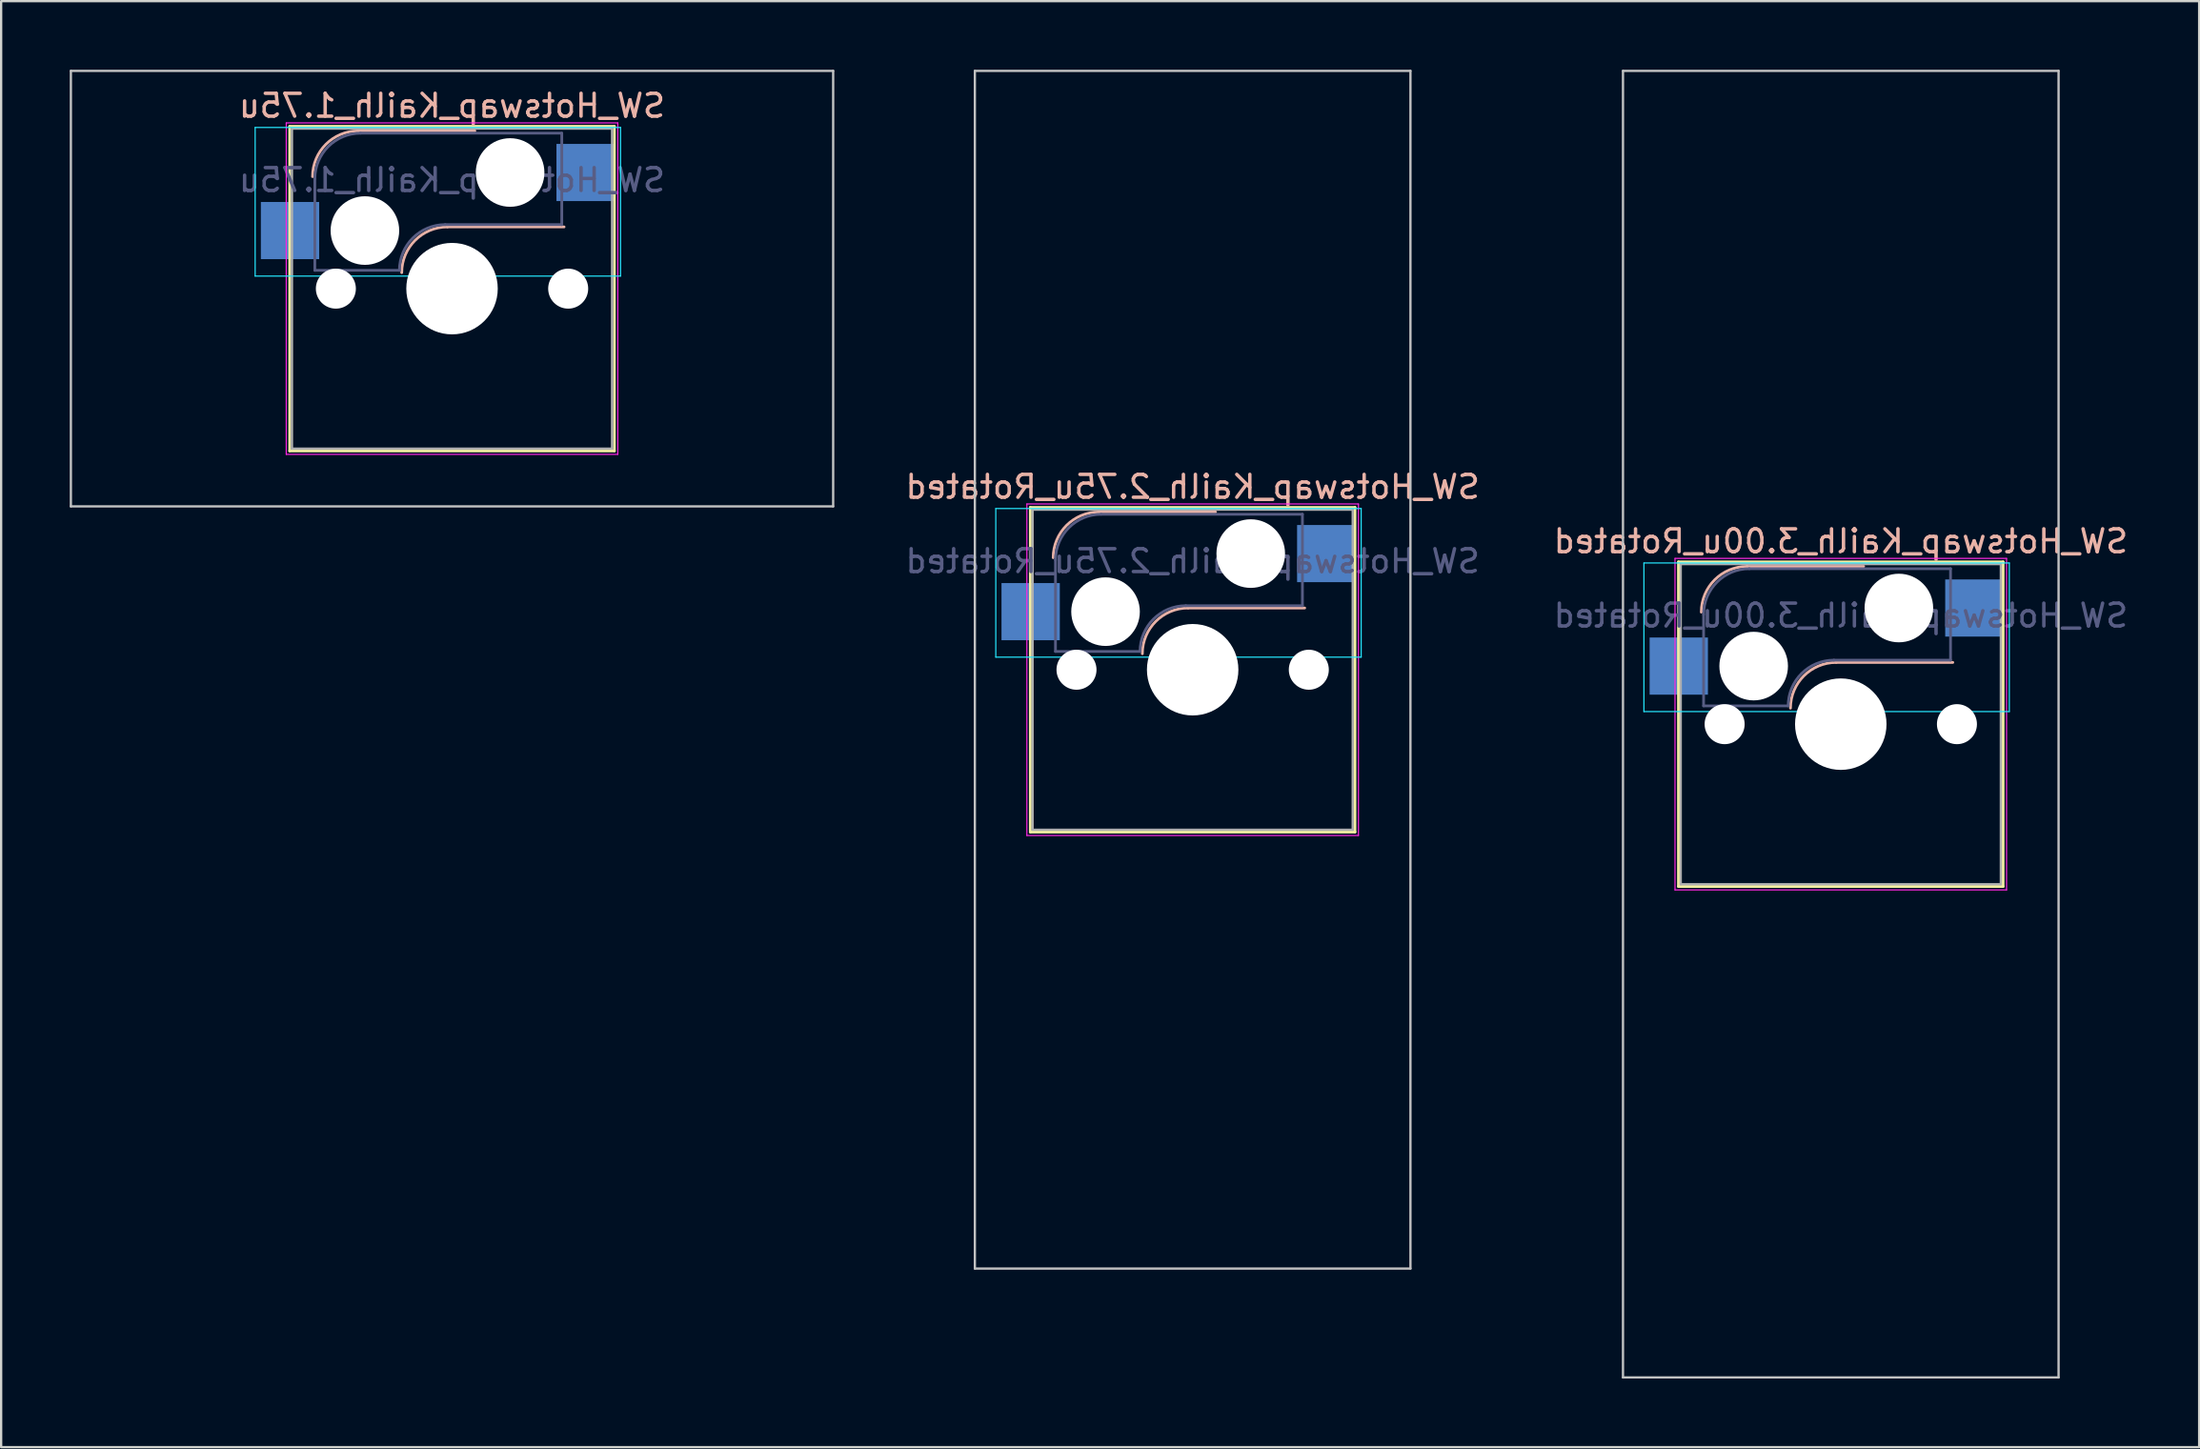
<source format=kicad_pcb>
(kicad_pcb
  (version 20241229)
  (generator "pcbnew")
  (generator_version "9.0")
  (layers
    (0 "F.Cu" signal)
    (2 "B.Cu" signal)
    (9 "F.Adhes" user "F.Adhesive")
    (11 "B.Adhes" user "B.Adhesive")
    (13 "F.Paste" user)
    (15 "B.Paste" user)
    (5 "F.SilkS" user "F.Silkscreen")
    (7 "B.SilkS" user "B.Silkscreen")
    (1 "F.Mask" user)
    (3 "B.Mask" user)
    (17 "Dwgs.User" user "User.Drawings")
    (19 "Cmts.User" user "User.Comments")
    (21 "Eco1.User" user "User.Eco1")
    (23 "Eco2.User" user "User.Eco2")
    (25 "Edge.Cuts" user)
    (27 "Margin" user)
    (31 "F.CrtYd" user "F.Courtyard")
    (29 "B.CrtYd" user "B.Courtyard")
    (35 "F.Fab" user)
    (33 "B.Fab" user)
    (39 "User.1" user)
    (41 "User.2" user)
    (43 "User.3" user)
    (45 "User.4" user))
  (footprint "SW_Hotswap_Kailh_1.75u"
    (layer "F.Cu")
    (at 16.719 9.575)
    (property "Reference" "SW_Hotswap_Kailh_1.75u" (at 0 -8 0) (layer "B.SilkS") (effects (font (size 1 1) (thickness 0.15)) (justify mirror)))
    (attr smd)
    (fp_line (start -7.1 -7.1) (end -7.1 7.1) (stroke (width 0.12) (type solid)) (layer "F.SilkS"))
    (fp_line (start -7.1 7.1) (end 7.1 7.1) (stroke (width 0.12) (type solid)) (layer "F.SilkS"))
    (fp_line (start 7.1 -7.1) (end -7.1 -7.1) (stroke (width 0.12) (type solid)) (layer "F.SilkS"))
    (fp_line (start 7.1 7.1) (end 7.1 -7.1) (stroke (width 0.12) (type solid)) (layer "F.SilkS"))
    (fp_line (start -4.1 -6.9) (end 1 -6.9) (stroke (width 0.12) (type solid)) (layer "B.SilkS"))
    (fp_line (start -0.2 -2.7) (end 4.9 -2.7) (stroke (width 0.12) (type solid)) (layer "B.SilkS"))
    (fp_arc (start -6.1 -4.9) (mid -5.514214 -6.314214) (end -4.1 -6.9) (stroke (width 0.12) (type solid)) (layer "B.SilkS"))
    (fp_arc (start -2.2 -0.7) (mid -1.614214 -2.114214) (end -0.2 -2.7) (stroke (width 0.12) (type solid)) (layer "B.SilkS"))
    (fp_line (start -16.669 -9.525) (end -16.669 9.525) (stroke (width 0.1) (type solid)) (layer "Dwgs.User"))
    (fp_line (start -16.669 9.525) (end 16.669 9.525) (stroke (width 0.1) (type solid)) (layer "Dwgs.User"))
    (fp_line (start 16.669 -9.525) (end -16.669 -9.525) (stroke (width 0.1) (type solid)) (layer "Dwgs.User"))
    (fp_line (start 16.669 9.525) (end 16.669 -9.525) (stroke (width 0.1) (type solid)) (layer "Dwgs.User"))
    (fp_line (start -8.61 -7.05) (end -8.61 -0.55) (stroke (width 0.05) (type solid)) (layer "B.CrtYd"))
    (fp_line (start -8.61 -0.55) (end 7.37 -0.55) (stroke (width 0.05) (type solid)) (layer "B.CrtYd"))
    (fp_line (start 7.37 -7.05) (end -8.61 -7.05) (stroke (width 0.05) (type solid)) (layer "B.CrtYd"))
    (fp_line (start 7.37 -0.55) (end 7.37 -7.05) (stroke (width 0.05) (type solid)) (layer "B.CrtYd"))
    (fp_line (start -7.25 -7.25) (end -7.25 7.25) (stroke (width 0.05) (type solid)) (layer "F.CrtYd"))
    (fp_line (start -7.25 7.25) (end 7.25 7.25) (stroke (width 0.05) (type solid)) (layer "F.CrtYd"))
    (fp_line (start 7.25 -7.25) (end -7.25 -7.25) (stroke (width 0.05) (type solid)) (layer "F.CrtYd"))
    (fp_line (start 7.25 7.25) (end 7.25 -7.25) (stroke (width 0.05) (type solid)) (layer "F.CrtYd"))
    (fp_line (start -6 -0.8) (end -6 -4.8) (stroke (width 0.12) (type solid)) (layer "B.Fab"))
    (fp_line (start -6 -0.8) (end -2.3 -0.8) (stroke (width 0.12) (type solid)) (layer "B.Fab"))
    (fp_line (start -4 -6.8) (end 4.8 -6.8) (stroke (width 0.12) (type solid)) (layer "B.Fab"))
    (fp_line (start -0.3 -2.8) (end 4.8 -2.8) (stroke (width 0.12) (type solid)) (layer "B.Fab"))
    (fp_line (start 4.8 -6.8) (end 4.8 -2.8) (stroke (width 0.12) (type solid)) (layer "B.Fab"))
    (fp_arc (start -6 -4.8) (mid -5.414214 -6.214214) (end -4 -6.8) (stroke (width 0.12) (type solid)) (layer "B.Fab"))
    (fp_arc (start -2.3 -0.8) (mid -1.714214 -2.214214) (end -0.3 -2.8) (stroke (width 0.12) (type solid)) (layer "B.Fab"))
    (fp_line (start -7 -7) (end -7 7) (stroke (width 0.1) (type solid)) (layer "F.Fab"))
    (fp_line (start -7 7) (end 7 7) (stroke (width 0.1) (type solid)) (layer "F.Fab"))
    (fp_line (start 7 -7) (end -7 -7) (stroke (width 0.1) (type solid)) (layer "F.Fab"))
    (fp_line (start 7 7) (end 7 -7) (stroke (width 0.1) (type solid)) (layer "F.Fab"))
    (fp_text user "${REFERENCE}" (at 0 -4.75 0) (layer "B.Fab") (effects (font (size 1 1) (thickness 0.15)) (justify mirror)))
    (pad "" np_thru_hole circle (at -5.08 0) (size 1.75 1.75) (drill 1.75) (layers "*.Cu" "*.Mask"))
    (pad "" np_thru_hole circle (at -3.81 -2.54) (size 3 3) (drill 3) (layers "*.Cu" "*.Mask"))
    (pad "" np_thru_hole circle (at 0 0) (size 4 4) (drill 4) (layers "*.Cu" "*.Mask"))
    (pad "" np_thru_hole circle (at 2.54 -5.08) (size 3 3) (drill 3) (layers "*.Cu" "*.Mask"))
    (pad "" np_thru_hole circle (at 5.08 0) (size 1.75 1.75) (drill 1.75) (layers "*.Cu" "*.Mask"))
    (pad "1" smd rect (at -7.085 -2.54) (size 2.55 2.5) (layers "B.Cu" "B.Mask" "B.Paste"))
    (pad "2" smd rect (at 5.842 -5.08) (size 2.55 2.5) (layers "B.Cu" "B.Mask" "B.Paste")))
  (footprint "SW_Hotswap_Kailh_3.00u_Rotated"
    (layer "F.Cu")
    (at 77.455 28.625)
    (property "Reference" "SW_Hotswap_Kailh_3.00u_Rotated" (at 0 -8 0) (layer "B.SilkS") (effects (font (size 1 1) (thickness 0.15)) (justify mirror)))
    (attr smd)
    (fp_line (start -7.1 -7.1) (end -7.1 7.1) (stroke (width 0.12) (type solid)) (layer "F.SilkS"))
    (fp_line (start -7.1 7.1) (end 7.1 7.1) (stroke (width 0.12) (type solid)) (layer "F.SilkS"))
    (fp_line (start 7.1 -7.1) (end -7.1 -7.1) (stroke (width 0.12) (type solid)) (layer "F.SilkS"))
    (fp_line (start 7.1 7.1) (end 7.1 -7.1) (stroke (width 0.12) (type solid)) (layer "F.SilkS"))
    (fp_line (start -4.1 -6.9) (end 1 -6.9) (stroke (width 0.12) (type solid)) (layer "B.SilkS"))
    (fp_line (start -0.2 -2.7) (end 4.9 -2.7) (stroke (width 0.12) (type solid)) (layer "B.SilkS"))
    (fp_arc (start -6.1 -4.9) (mid -5.514214 -6.314214) (end -4.1 -6.9) (stroke (width 0.12) (type solid)) (layer "B.SilkS"))
    (fp_arc (start -2.2 -0.7) (mid -1.614214 -2.114214) (end -0.2 -2.7) (stroke (width 0.12) (type solid)) (layer "B.SilkS"))
    (fp_line (start -9.525 -28.575) (end -9.525 28.575) (stroke (width 0.1) (type solid)) (layer "Dwgs.User"))
    (fp_line (start -9.525 28.575) (end 9.525 28.575) (stroke (width 0.1) (type solid)) (layer "Dwgs.User"))
    (fp_line (start 9.525 -28.575) (end -9.525 -28.575) (stroke (width 0.1) (type solid)) (layer "Dwgs.User"))
    (fp_line (start 9.525 28.575) (end 9.525 -28.575) (stroke (width 0.1) (type solid)) (layer "Dwgs.User"))
    (fp_line (start -8.61 -7.05) (end -8.61 -0.55) (stroke (width 0.05) (type solid)) (layer "B.CrtYd"))
    (fp_line (start -8.61 -0.55) (end 7.37 -0.55) (stroke (width 0.05) (type solid)) (layer "B.CrtYd"))
    (fp_line (start 7.37 -7.05) (end -8.61 -7.05) (stroke (width 0.05) (type solid)) (layer "B.CrtYd"))
    (fp_line (start 7.37 -0.55) (end 7.37 -7.05) (stroke (width 0.05) (type solid)) (layer "B.CrtYd"))
    (fp_line (start -7.25 -7.25) (end -7.25 7.25) (stroke (width 0.05) (type solid)) (layer "F.CrtYd"))
    (fp_line (start -7.25 7.25) (end 7.25 7.25) (stroke (width 0.05) (type solid)) (layer "F.CrtYd"))
    (fp_line (start 7.25 -7.25) (end -7.25 -7.25) (stroke (width 0.05) (type solid)) (layer "F.CrtYd"))
    (fp_line (start 7.25 7.25) (end 7.25 -7.25) (stroke (width 0.05) (type solid)) (layer "F.CrtYd"))
    (fp_line (start -6 -0.8) (end -6 -4.8) (stroke (width 0.12) (type solid)) (layer "B.Fab"))
    (fp_line (start -6 -0.8) (end -2.3 -0.8) (stroke (width 0.12) (type solid)) (layer "B.Fab"))
    (fp_line (start -4 -6.8) (end 4.8 -6.8) (stroke (width 0.12) (type solid)) (layer "B.Fab"))
    (fp_line (start -0.3 -2.8) (end 4.8 -2.8) (stroke (width 0.12) (type solid)) (layer "B.Fab"))
    (fp_line (start 4.8 -6.8) (end 4.8 -2.8) (stroke (width 0.12) (type solid)) (layer "B.Fab"))
    (fp_arc (start -6 -4.8) (mid -5.414214 -6.214214) (end -4 -6.8) (stroke (width 0.12) (type solid)) (layer "B.Fab"))
    (fp_arc (start -2.3 -0.8) (mid -1.714214 -2.214214) (end -0.3 -2.8) (stroke (width 0.12) (type solid)) (layer "B.Fab"))
    (fp_line (start -7 -7) (end -7 7) (stroke (width 0.1) (type solid)) (layer "F.Fab"))
    (fp_line (start -7 7) (end 7 7) (stroke (width 0.1) (type solid)) (layer "F.Fab"))
    (fp_line (start 7 -7) (end -7 -7) (stroke (width 0.1) (type solid)) (layer "F.Fab"))
    (fp_line (start 7 7) (end 7 -7) (stroke (width 0.1) (type solid)) (layer "F.Fab"))
    (fp_text user "${REFERENCE}" (at 0 -4.75 0) (layer "B.Fab") (effects (font (size 1 1) (thickness 0.15)) (justify mirror)))
    (pad "" np_thru_hole circle (at -5.08 0) (size 1.75 1.75) (drill 1.75) (layers "*.Cu" "*.Mask"))
    (pad "" np_thru_hole circle (at -3.81 -2.54) (size 3 3) (drill 3) (layers "*.Cu" "*.Mask"))
    (pad "" np_thru_hole circle (at 0 0) (size 4 4) (drill 4) (layers "*.Cu" "*.Mask"))
    (pad "" np_thru_hole circle (at 2.54 -5.08) (size 3 3) (drill 3) (layers "*.Cu" "*.Mask"))
    (pad "" np_thru_hole circle (at 5.08 0) (size 1.75 1.75) (drill 1.75) (layers "*.Cu" "*.Mask"))
    (pad "1" smd rect (at -7.085 -2.54) (size 2.55 2.5) (layers "B.Cu" "B.Mask" "B.Paste"))
    (pad "2" smd rect (at 5.842 -5.08) (size 2.55 2.5) (layers "B.Cu" "B.Mask" "B.Paste")))
  (footprint "SW_Hotswap_Kailh_2.75u_Rotated"
    (layer "F.Cu")
    (at 49.11 26.244)
    (property "Reference" "SW_Hotswap_Kailh_2.75u_Rotated" (at 0 -8 0) (layer "B.SilkS") (effects (font (size 1 1) (thickness 0.15)) (justify mirror)))
    (attr smd)
    (fp_line (start -7.1 -7.1) (end -7.1 7.1) (stroke (width 0.12) (type solid)) (layer "F.SilkS"))
    (fp_line (start -7.1 7.1) (end 7.1 7.1) (stroke (width 0.12) (type solid)) (layer "F.SilkS"))
    (fp_line (start 7.1 -7.1) (end -7.1 -7.1) (stroke (width 0.12) (type solid)) (layer "F.SilkS"))
    (fp_line (start 7.1 7.1) (end 7.1 -7.1) (stroke (width 0.12) (type solid)) (layer "F.SilkS"))
    (fp_line (start -4.1 -6.9) (end 1 -6.9) (stroke (width 0.12) (type solid)) (layer "B.SilkS"))
    (fp_line (start -0.2 -2.7) (end 4.9 -2.7) (stroke (width 0.12) (type solid)) (layer "B.SilkS"))
    (fp_arc (start -6.1 -4.9) (mid -5.514214 -6.314214) (end -4.1 -6.9) (stroke (width 0.12) (type solid)) (layer "B.SilkS"))
    (fp_arc (start -2.2 -0.7) (mid -1.614214 -2.114214) (end -0.2 -2.7) (stroke (width 0.12) (type solid)) (layer "B.SilkS"))
    (fp_line (start -9.525 -26.194) (end -9.525 26.194) (stroke (width 0.1) (type solid)) (layer "Dwgs.User"))
    (fp_line (start -9.525 26.194) (end 9.525 26.194) (stroke (width 0.1) (type solid)) (layer "Dwgs.User"))
    (fp_line (start 9.525 -26.194) (end -9.525 -26.194) (stroke (width 0.1) (type solid)) (layer "Dwgs.User"))
    (fp_line (start 9.525 26.194) (end 9.525 -26.194) (stroke (width 0.1) (type solid)) (layer "Dwgs.User"))
    (fp_line (start -8.61 -7.05) (end -8.61 -0.55) (stroke (width 0.05) (type solid)) (layer "B.CrtYd"))
    (fp_line (start -8.61 -0.55) (end 7.37 -0.55) (stroke (width 0.05) (type solid)) (layer "B.CrtYd"))
    (fp_line (start 7.37 -7.05) (end -8.61 -7.05) (stroke (width 0.05) (type solid)) (layer "B.CrtYd"))
    (fp_line (start 7.37 -0.55) (end 7.37 -7.05) (stroke (width 0.05) (type solid)) (layer "B.CrtYd"))
    (fp_line (start -7.25 -7.25) (end -7.25 7.25) (stroke (width 0.05) (type solid)) (layer "F.CrtYd"))
    (fp_line (start -7.25 7.25) (end 7.25 7.25) (stroke (width 0.05) (type solid)) (layer "F.CrtYd"))
    (fp_line (start 7.25 -7.25) (end -7.25 -7.25) (stroke (width 0.05) (type solid)) (layer "F.CrtYd"))
    (fp_line (start 7.25 7.25) (end 7.25 -7.25) (stroke (width 0.05) (type solid)) (layer "F.CrtYd"))
    (fp_line (start -6 -0.8) (end -6 -4.8) (stroke (width 0.12) (type solid)) (layer "B.Fab"))
    (fp_line (start -6 -0.8) (end -2.3 -0.8) (stroke (width 0.12) (type solid)) (layer "B.Fab"))
    (fp_line (start -4 -6.8) (end 4.8 -6.8) (stroke (width 0.12) (type solid)) (layer "B.Fab"))
    (fp_line (start -0.3 -2.8) (end 4.8 -2.8) (stroke (width 0.12) (type solid)) (layer "B.Fab"))
    (fp_line (start 4.8 -6.8) (end 4.8 -2.8) (stroke (width 0.12) (type solid)) (layer "B.Fab"))
    (fp_arc (start -6 -4.8) (mid -5.414214 -6.214214) (end -4 -6.8) (stroke (width 0.12) (type solid)) (layer "B.Fab"))
    (fp_arc (start -2.3 -0.8) (mid -1.714214 -2.214214) (end -0.3 -2.8) (stroke (width 0.12) (type solid)) (layer "B.Fab"))
    (fp_line (start -7 -7) (end -7 7) (stroke (width 0.1) (type solid)) (layer "F.Fab"))
    (fp_line (start -7 7) (end 7 7) (stroke (width 0.1) (type solid)) (layer "F.Fab"))
    (fp_line (start 7 -7) (end -7 -7) (stroke (width 0.1) (type solid)) (layer "F.Fab"))
    (fp_line (start 7 7) (end 7 -7) (stroke (width 0.1) (type solid)) (layer "F.Fab"))
    (fp_text user "${REFERENCE}" (at 0 -4.75 0) (layer "B.Fab") (effects (font (size 1 1) (thickness 0.15)) (justify mirror)))
    (pad "" np_thru_hole circle (at -5.08 0) (size 1.75 1.75) (drill 1.75) (layers "*.Cu" "*.Mask"))
    (pad "" np_thru_hole circle (at -3.81 -2.54) (size 3 3) (drill 3) (layers "*.Cu" "*.Mask"))
    (pad "" np_thru_hole circle (at 0 0) (size 4 4) (drill 4) (layers "*.Cu" "*.Mask"))
    (pad "" np_thru_hole circle (at 2.54 -5.08) (size 3 3) (drill 3) (layers "*.Cu" "*.Mask"))
    (pad "" np_thru_hole circle (at 5.08 0) (size 1.75 1.75) (drill 1.75) (layers "*.Cu" "*.Mask"))
    (pad "1" smd rect (at -7.085 -2.54) (size 2.55 2.5) (layers "B.Cu" "B.Mask" "B.Paste"))
    (pad "2" smd rect (at 5.842 -5.08) (size 2.55 2.5) (layers "B.Cu" "B.Mask" "B.Paste")))
  (gr_rect
    (start -3 -3)
    (end 93.128 60.25)
    (stroke (width 0.1) (type default))
    (fill no)
    (layer "Edge.Cuts")))
</source>
